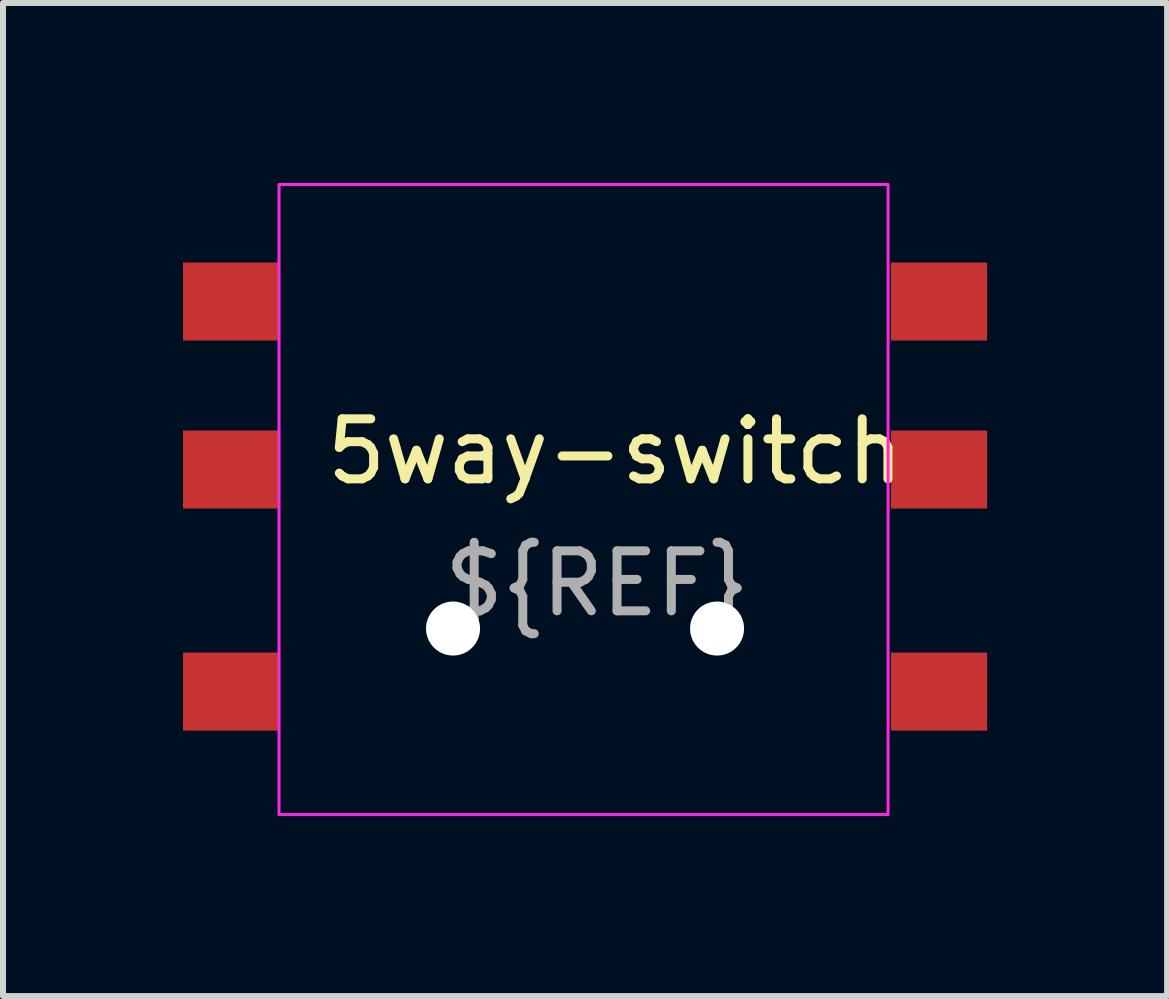
<source format=kicad_pcb>
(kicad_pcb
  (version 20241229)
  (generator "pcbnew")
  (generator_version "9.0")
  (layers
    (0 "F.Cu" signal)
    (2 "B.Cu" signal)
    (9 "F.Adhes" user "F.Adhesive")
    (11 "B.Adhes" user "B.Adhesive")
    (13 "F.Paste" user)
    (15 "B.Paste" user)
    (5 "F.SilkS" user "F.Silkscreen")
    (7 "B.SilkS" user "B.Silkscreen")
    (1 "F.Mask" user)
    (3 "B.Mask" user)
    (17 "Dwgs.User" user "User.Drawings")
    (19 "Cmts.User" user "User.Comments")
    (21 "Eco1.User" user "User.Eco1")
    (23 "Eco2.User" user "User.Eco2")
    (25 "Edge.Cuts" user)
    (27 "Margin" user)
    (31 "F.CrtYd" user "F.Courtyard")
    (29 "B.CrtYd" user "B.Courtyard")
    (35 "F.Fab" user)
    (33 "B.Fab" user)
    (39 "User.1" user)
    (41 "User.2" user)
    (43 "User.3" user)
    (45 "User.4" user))
  (footprint "5way-switch"
    (layer "F.Cu")
    (at 0.8 8.475)
    (property "Reference" "5way-switch" (at 6.4 -4 0) (unlocked yes) (layer "F.SilkS") (effects (font (size 1 1) (thickness 0.15))))
    (attr smd)
    (fp_rect (start 0.8 -8.45) (end 10.95 2.05) (stroke (width 0.05) (type solid)) (fill no) (layer "F.CrtYd"))
    (fp_text user "${REF}" (at 6.1 -1.8 0) (unlocked yes) (layer "F.Fab") (effects (font (size 1 1) (thickness 0.15))))
    (pad "" np_thru_hole circle (at 3.7 -1.05) (size 0.9 0.9) (drill 0.9) (layers "*.Cu" "*.Mask"))
    (pad "" np_thru_hole circle (at 8.1 -1.05) (size 0.9 0.9) (drill 0.9) (layers "*.Cu" "*.Mask"))
    (pad "1" smd rect (at 0 -6.5) (size 1.6 1.3) (layers "F.Cu" "F.Mask" "F.Paste"))
    (pad "2" smd rect (at 0 -3.7) (size 1.6 1.3) (layers "F.Cu" "F.Mask" "F.Paste"))
    (pad "3" smd rect (at 0 0) (size 1.6 1.3) (layers "F.Cu" "F.Mask" "F.Paste"))
    (pad "4" smd rect (at 11.8 -6.5) (size 1.6 1.3) (layers "F.Cu" "F.Mask" "F.Paste"))
    (pad "5" smd rect (at 11.8 -3.7) (size 1.6 1.3) (layers "F.Cu" "F.Mask" "F.Paste"))
    (pad "6" smd rect (at 11.8 0) (size 1.6 1.3) (layers "F.Cu" "F.Mask" "F.Paste")))
  (gr_rect
    (start -3 -3)
    (end 16.4 13.55)
    (stroke (width 0.1) (type default))
    (fill no)
    (layer "Edge.Cuts")))
</source>
